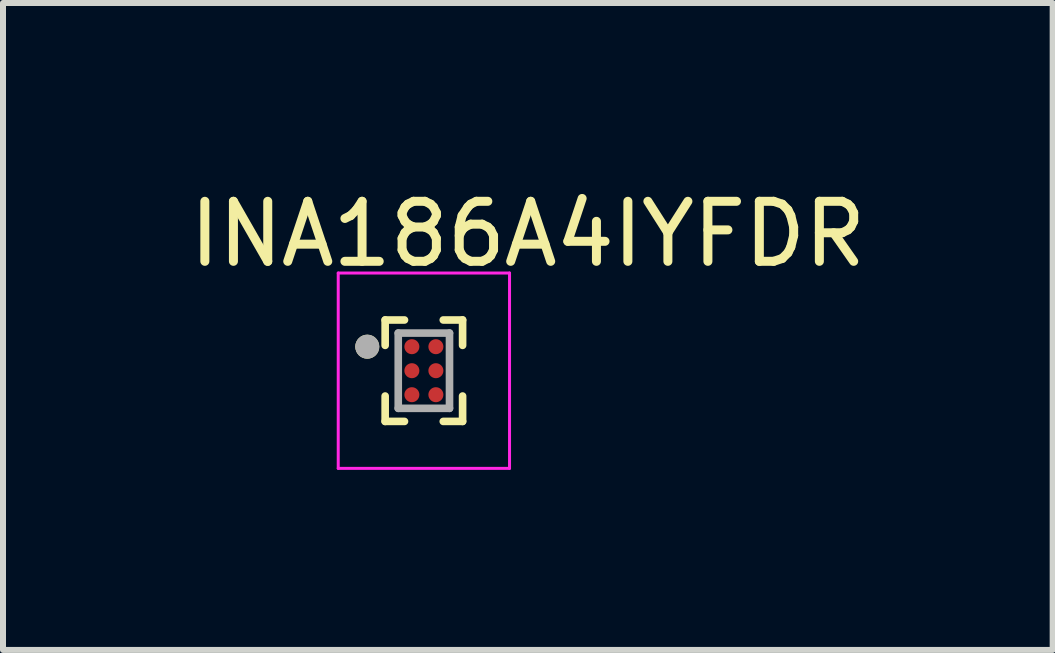
<source format=kicad_pcb>
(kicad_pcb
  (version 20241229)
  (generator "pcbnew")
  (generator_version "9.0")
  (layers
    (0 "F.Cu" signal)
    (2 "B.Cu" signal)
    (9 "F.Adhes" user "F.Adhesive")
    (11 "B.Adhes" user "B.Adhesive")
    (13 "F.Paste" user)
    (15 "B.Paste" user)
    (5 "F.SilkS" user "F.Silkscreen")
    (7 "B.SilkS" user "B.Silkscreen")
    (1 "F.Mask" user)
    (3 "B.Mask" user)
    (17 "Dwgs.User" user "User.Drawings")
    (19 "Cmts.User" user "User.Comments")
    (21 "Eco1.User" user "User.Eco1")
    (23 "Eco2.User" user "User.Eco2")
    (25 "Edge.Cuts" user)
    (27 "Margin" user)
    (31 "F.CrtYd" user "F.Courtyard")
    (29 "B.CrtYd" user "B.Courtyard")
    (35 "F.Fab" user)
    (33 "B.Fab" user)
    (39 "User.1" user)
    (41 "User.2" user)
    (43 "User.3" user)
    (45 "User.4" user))
  (footprint "INA186A4IYFDR"
    (layer "F.Cu")
    (at 4.012 3.126)
    (property "Reference" "INA186A4IYFDR" (at 1.732 -2.277 0) (layer "F.SilkS") (effects (font (size 1 1) (thickness 0.15))))
    (attr through_hole)
    (fp_line (start -0.645 -0.845) (end -0.645 -0.422) (stroke (width 0.127) (type solid)) (layer "F.SilkS"))
    (fp_line (start -0.645 -0.845) (end -0.323 -0.845) (stroke (width 0.127) (type solid)) (layer "F.SilkS"))
    (fp_line (start -0.645 0.845) (end -0.645 0.422) (stroke (width 0.127) (type solid)) (layer "F.SilkS"))
    (fp_line (start -0.645 0.845) (end -0.323 0.845) (stroke (width 0.127) (type solid)) (layer "F.SilkS"))
    (fp_line (start 0.645 -0.845) (end 0.323 -0.845) (stroke (width 0.127) (type solid)) (layer "F.SilkS"))
    (fp_line (start 0.645 -0.845) (end 0.645 -0.422) (stroke (width 0.127) (type solid)) (layer "F.SilkS"))
    (fp_line (start 0.645 0.845) (end 0.323 0.845) (stroke (width 0.127) (type solid)) (layer "F.SilkS"))
    (fp_line (start 0.645 0.845) (end 0.645 0.422) (stroke (width 0.127) (type solid)) (layer "F.SilkS"))
    (fp_circle (center -0.943 -0.4) (end -0.843 -0.4) (stroke (width 0.2) (type solid)) (fill no) (layer "F.SilkS"))
    (fp_line (start -1.427 -1.627) (end 1.427 -1.627) (stroke (width 0.05) (type solid)) (layer "F.CrtYd"))
    (fp_line (start -1.427 1.627) (end -1.427 -1.627) (stroke (width 0.05) (type solid)) (layer "F.CrtYd"))
    (fp_line (start -1.427 1.627) (end 1.427 1.627) (stroke (width 0.05) (type solid)) (layer "F.CrtYd"))
    (fp_line (start 1.427 1.627) (end 1.427 -1.627) (stroke (width 0.05) (type solid)) (layer "F.CrtYd"))
    (fp_line (start -0.427 0.627) (end -0.427 -0.627) (stroke (width 0.127) (type solid)) (layer "F.Fab"))
    (fp_line (start 0.427 -0.627) (end -0.427 -0.627) (stroke (width 0.127) (type solid)) (layer "F.Fab"))
    (fp_line (start 0.427 0.627) (end -0.427 0.627) (stroke (width 0.127) (type solid)) (layer "F.Fab"))
    (fp_line (start 0.427 0.627) (end 0.427 -0.627) (stroke (width 0.127) (type solid)) (layer "F.Fab"))
    (fp_circle (center -0.943 -0.4) (end -0.843 -0.4) (stroke (width 0.2) (type solid)) (fill no) (layer "F.Fab"))
    (pad "A1" smd circle (at 0.2 -0.4) (size 0.25 0.25) (layers "F.Cu" "F.Mask" "F.Paste"))
    (pad "A2" smd circle (at 0.2 0) (size 0.25 0.25) (layers "F.Cu" "F.Mask" "F.Paste"))
    (pad "A3" smd circle (at 0.2 0.4) (size 0.25 0.25) (layers "F.Cu" "F.Mask" "F.Paste"))
    (pad "B1" smd circle (at -0.2 -0.4) (size 0.25 0.25) (layers "F.Cu" "F.Mask" "F.Paste"))
    (pad "B2" smd circle (at -0.2 0) (size 0.25 0.25) (layers "F.Cu" "F.Mask" "F.Paste"))
    (pad "B3" smd circle (at -0.2 0.4) (size 0.25 0.25) (layers "F.Cu" "F.Mask" "F.Paste")))
  (gr_rect
    (start -3 -3)
    (end 14.488 7.778)
    (stroke (width 0.1) (type default))
    (fill no)
    (layer "Edge.Cuts")))
</source>
